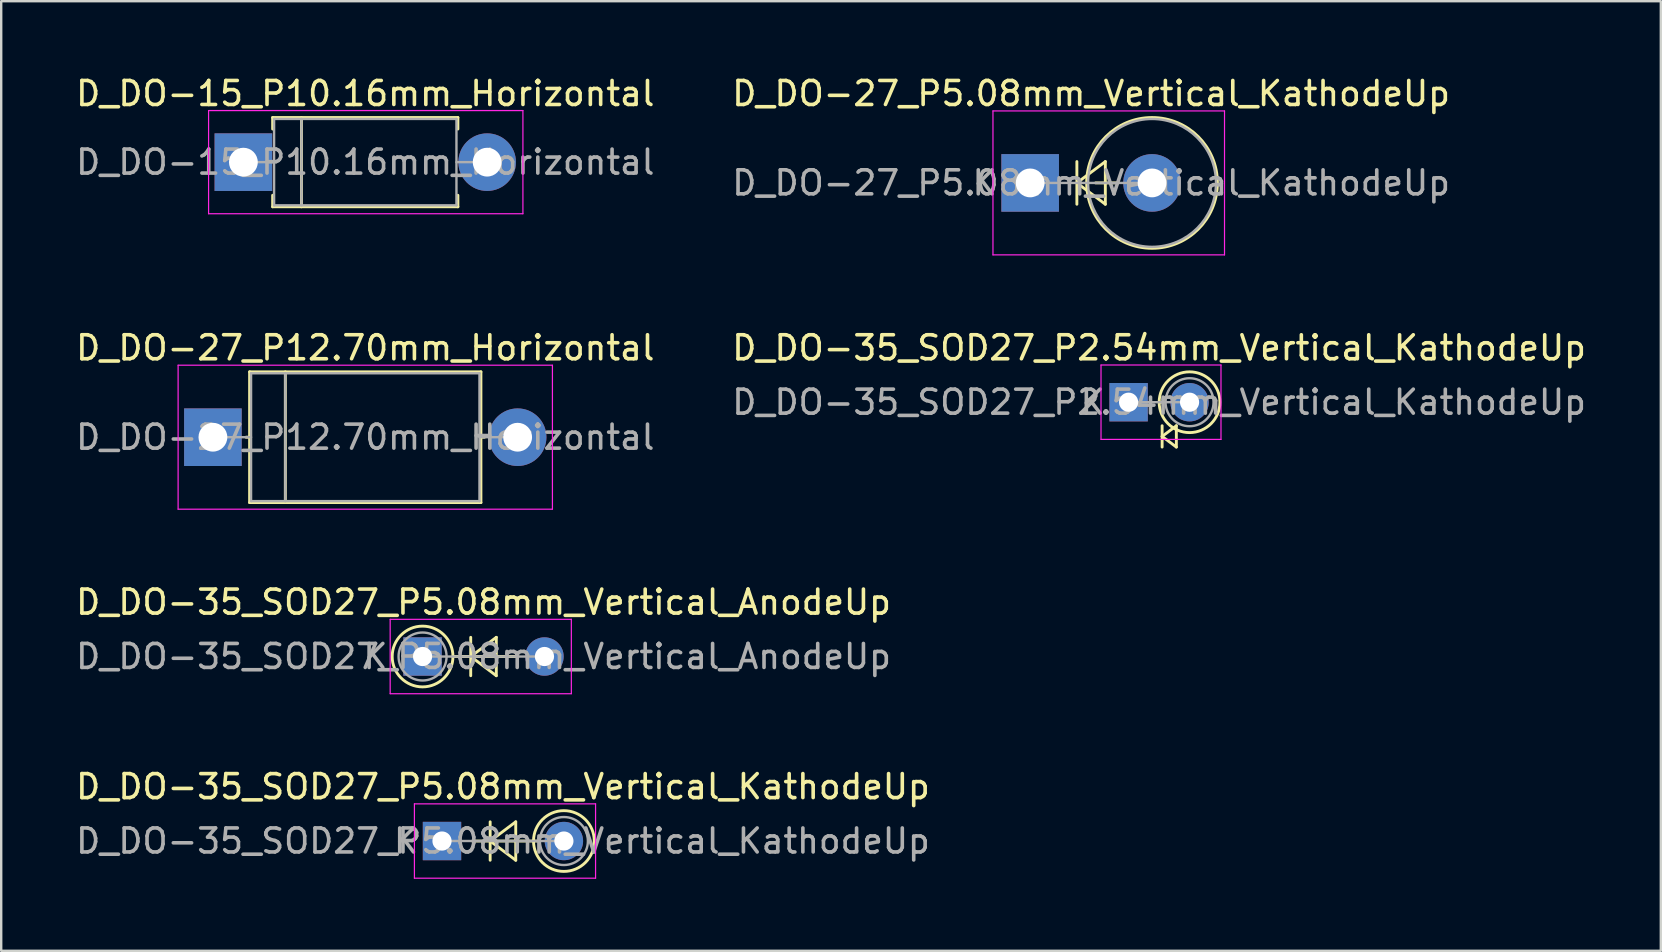
<source format=kicad_pcb>
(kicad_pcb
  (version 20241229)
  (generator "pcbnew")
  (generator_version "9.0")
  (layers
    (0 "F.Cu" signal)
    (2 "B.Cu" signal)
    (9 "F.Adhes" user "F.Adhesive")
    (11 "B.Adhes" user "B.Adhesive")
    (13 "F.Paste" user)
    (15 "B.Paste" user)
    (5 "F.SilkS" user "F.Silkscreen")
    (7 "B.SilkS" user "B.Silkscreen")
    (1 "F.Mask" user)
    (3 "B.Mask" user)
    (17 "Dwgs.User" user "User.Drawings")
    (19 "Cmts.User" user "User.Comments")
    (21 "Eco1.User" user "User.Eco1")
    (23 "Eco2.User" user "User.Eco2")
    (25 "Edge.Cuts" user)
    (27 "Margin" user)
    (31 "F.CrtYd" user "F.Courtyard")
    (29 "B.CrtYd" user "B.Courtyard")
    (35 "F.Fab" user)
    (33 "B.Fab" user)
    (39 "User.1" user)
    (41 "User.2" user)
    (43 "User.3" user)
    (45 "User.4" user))
  (footprint "D_DO-35_SOD27_P2.54mm_Vertical_KathodeUp"
    (layer "F.Cu")
    (at 43.986 13.713)
    (property "Reference" "D_DO-35_SOD27_P2.54mm_Vertical_KathodeUp" (at 1.27 -2.266 0) (layer "F.SilkS") (effects (font (size 1 1) (thickness 0.15))))
    (attr through_hole)
    (fp_line (start 1.266 0) (end 1.44 0) (stroke (width 0.12) (type solid)) (layer "F.SilkS"))
    (fp_line (start 1.397 0.98) (end 1.397 1.869) (stroke (width 0.12) (type solid)) (layer "F.SilkS"))
    (fp_line (start 1.397 1.425) (end 1.99 0.98) (stroke (width 0.12) (type solid)) (layer "F.SilkS"))
    (fp_line (start 1.99 0.98) (end 1.99 1.869) (stroke (width 0.12) (type solid)) (layer "F.SilkS"))
    (fp_line (start 1.99 1.869) (end 1.397 1.425) (stroke (width 0.12) (type solid)) (layer "F.SilkS"))
    (fp_circle (center 2.54 0) (end 3.806 0) (stroke (width 0.12) (type solid)) (fill no) (layer "F.SilkS"))
    (fp_line (start -1.15 -1.55) (end -1.15 1.55) (stroke (width 0.05) (type solid)) (layer "F.CrtYd"))
    (fp_line (start -1.15 1.55) (end 3.85 1.55) (stroke (width 0.05) (type solid)) (layer "F.CrtYd"))
    (fp_line (start 3.85 -1.55) (end -1.15 -1.55) (stroke (width 0.05) (type solid)) (layer "F.CrtYd"))
    (fp_line (start 3.85 1.55) (end 3.85 -1.55) (stroke (width 0.05) (type solid)) (layer "F.CrtYd"))
    (fp_line (start 0 0) (end 2.54 0) (stroke (width 0.1) (type solid)) (layer "F.Fab"))
    (fp_circle (center 2.54 0) (end 3.54 0) (stroke (width 0.1) (type solid)) (fill no) (layer "F.Fab"))
    (fp_text user "${REFERENCE}" (at 1.27 0 0) (layer "F.Fab") (effects (font (size 1 1) (thickness 0.15))))
    (fp_text user "K" (at -1.5 0 0) (layer "F.Fab") (effects (font (size 1 1) (thickness 0.15))))
    (pad "1" thru_hole rect (at 0 0) (size 1.6 1.6) (drill 0.8) (layers "*.Cu" "*.Mask"))
    (pad "2" thru_hole oval (at 2.54 0) (size 1.6 1.6) (drill 0.8) (layers "*.Cu" "*.Mask")))
  (footprint "D_DO-27_P5.08mm_Vertical_KathodeUp"
    (layer "F.Cu")
    (at 39.883 4.573)
    (property "Reference" "D_DO-27_P5.08mm_Vertical_KathodeUp" (at 2.54 -3.725 0) (layer "F.SilkS") (effects (font (size 1 1) (thickness 0.15))))
    (attr through_hole)
    (fp_line (start 1.947 -0.889) (end 1.947 0.889) (stroke (width 0.12) (type solid)) (layer "F.SilkS"))
    (fp_line (start 1.947 0) (end 3.133 -0.889) (stroke (width 0.12) (type solid)) (layer "F.SilkS"))
    (fp_line (start 2.725 0) (end 3.58 0) (stroke (width 0.12) (type solid)) (layer "F.SilkS"))
    (fp_line (start 3.133 -0.889) (end 3.133 0.889) (stroke (width 0.12) (type solid)) (layer "F.SilkS"))
    (fp_line (start 3.133 0.889) (end 1.947 0) (stroke (width 0.12) (type solid)) (layer "F.SilkS"))
    (fp_circle (center 5.08 0) (end 7.805 0) (stroke (width 0.12) (type solid)) (fill no) (layer "F.SilkS"))
    (fp_line (start -1.55 -3) (end -1.55 3) (stroke (width 0.05) (type solid)) (layer "F.CrtYd"))
    (fp_line (start -1.55 3) (end 8.1 3) (stroke (width 0.05) (type solid)) (layer "F.CrtYd"))
    (fp_line (start 8.1 -3) (end -1.55 -3) (stroke (width 0.05) (type solid)) (layer "F.CrtYd"))
    (fp_line (start 8.1 3) (end 8.1 -3) (stroke (width 0.05) (type solid)) (layer "F.CrtYd"))
    (fp_line (start 0 0) (end 5.08 0) (stroke (width 0.1) (type solid)) (layer "F.Fab"))
    (fp_circle (center 5.08 0) (end 7.745 0) (stroke (width 0.1) (type solid)) (fill no) (layer "F.Fab"))
    (fp_text user "K" (at -1.9 0 0) (layer "F.Fab") (effects (font (size 1 1) (thickness 0.15))))
    (fp_text user "${REFERENCE}" (at 2.54 0 0) (layer "F.Fab") (effects (font (size 1 1) (thickness 0.15))))
    (pad "1" thru_hole rect (at 0 0) (size 2.4 2.4) (drill 1.2) (layers "*.Cu" "*.Mask"))
    (pad "2" thru_hole oval (at 5.08 0) (size 2.4 2.4) (drill 1.2) (layers "*.Cu" "*.Mask")))
  (footprint "D_DO-35_SOD27_P5.08mm_Vertical_AnodeUp"
    (layer "F.Cu")
    (at 14.561 24.311)
    (property "Reference" "D_DO-35_SOD27_P5.08mm_Vertical_AnodeUp" (at 2.54 -2.266 0) (layer "F.SilkS") (effects (font (size 1 1) (thickness 0.15))))
    (attr through_hole)
    (fp_line (start 1.266 0) (end 3.98 0) (stroke (width 0.12) (type solid)) (layer "F.SilkS"))
    (fp_line (start 2.007 -0.8) (end 2.007 0.8) (stroke (width 0.12) (type solid)) (layer "F.SilkS"))
    (fp_line (start 2.007 0) (end 3.073 -0.8) (stroke (width 0.12) (type solid)) (layer "F.SilkS"))
    (fp_line (start 3.073 -0.8) (end 3.073 0.8) (stroke (width 0.12) (type solid)) (layer "F.SilkS"))
    (fp_line (start 3.073 0.8) (end 2.007 0) (stroke (width 0.12) (type solid)) (layer "F.SilkS"))
    (fp_circle (center 0 0) (end 1.266 0) (stroke (width 0.12) (type solid)) (fill no) (layer "F.SilkS"))
    (fp_line (start -1.35 -1.55) (end -1.35 1.55) (stroke (width 0.05) (type solid)) (layer "F.CrtYd"))
    (fp_line (start -1.35 1.55) (end 6.2 1.55) (stroke (width 0.05) (type solid)) (layer "F.CrtYd"))
    (fp_line (start 6.2 -1.55) (end -1.35 -1.55) (stroke (width 0.05) (type solid)) (layer "F.CrtYd"))
    (fp_line (start 6.2 1.55) (end 6.2 -1.55) (stroke (width 0.05) (type solid)) (layer "F.CrtYd"))
    (fp_line (start 0 0) (end 5.08 0) (stroke (width 0.1) (type solid)) (layer "F.Fab"))
    (fp_circle (center 0 0) (end 1 0) (stroke (width 0.1) (type solid)) (fill no) (layer "F.Fab"))
    (fp_text user "K" (at -1.966 0 0) (layer "F.Fab") (effects (font (size 1 1) (thickness 0.15))))
    (fp_text user "${REFERENCE}" (at 2.54 0 0) (layer "F.Fab") (effects (font (size 1 1) (thickness 0.15))))
    (pad "1" thru_hole rect (at 0 0) (size 1.6 1.6) (drill 0.8) (layers "*.Cu" "*.Mask"))
    (pad "2" thru_hole oval (at 5.08 0) (size 1.6 1.6) (drill 0.8) (layers "*.Cu" "*.Mask")))
  (footprint "D_DO-15_P10.16mm_Horizontal"
    (layer "F.Cu")
    (at 7.093 3.708)
    (property "Reference" "D_DO-15_P10.16mm_Horizontal" (at 5.08 -2.86 0) (layer "F.SilkS") (effects (font (size 1 1) (thickness 0.15))))
    (attr through_hole)
    (fp_line (start 1.22 -1.86) (end 8.94 -1.86) (stroke (width 0.12) (type solid)) (layer "F.SilkS"))
    (fp_line (start 1.22 -1.38) (end 1.22 -1.86) (stroke (width 0.12) (type solid)) (layer "F.SilkS"))
    (fp_line (start 1.22 1.38) (end 1.22 1.86) (stroke (width 0.12) (type solid)) (layer "F.SilkS"))
    (fp_line (start 1.22 1.86) (end 8.94 1.86) (stroke (width 0.12) (type solid)) (layer "F.SilkS"))
    (fp_line (start 2.42 -1.86) (end 2.42 1.86) (stroke (width 0.12) (type solid)) (layer "F.SilkS"))
    (fp_line (start 8.94 -1.86) (end 8.94 -1.38) (stroke (width 0.12) (type solid)) (layer "F.SilkS"))
    (fp_line (start 8.94 1.86) (end 8.94 1.38) (stroke (width 0.12) (type solid)) (layer "F.SilkS"))
    (fp_line (start -1.45 -2.15) (end -1.45 2.15) (stroke (width 0.05) (type solid)) (layer "F.CrtYd"))
    (fp_line (start -1.45 2.15) (end 11.65 2.15) (stroke (width 0.05) (type solid)) (layer "F.CrtYd"))
    (fp_line (start 11.65 -2.15) (end -1.45 -2.15) (stroke (width 0.05) (type solid)) (layer "F.CrtYd"))
    (fp_line (start 11.65 2.15) (end 11.65 -2.15) (stroke (width 0.05) (type solid)) (layer "F.CrtYd"))
    (fp_line (start 0 0) (end 1.28 0) (stroke (width 0.1) (type solid)) (layer "F.Fab"))
    (fp_line (start 1.28 -1.8) (end 1.28 1.8) (stroke (width 0.1) (type solid)) (layer "F.Fab"))
    (fp_line (start 1.28 1.8) (end 8.88 1.8) (stroke (width 0.1) (type solid)) (layer "F.Fab"))
    (fp_line (start 2.42 -1.8) (end 2.42 1.8) (stroke (width 0.1) (type solid)) (layer "F.Fab"))
    (fp_line (start 8.88 -1.8) (end 1.28 -1.8) (stroke (width 0.1) (type solid)) (layer "F.Fab"))
    (fp_line (start 8.88 1.8) (end 8.88 -1.8) (stroke (width 0.1) (type solid)) (layer "F.Fab"))
    (fp_line (start 10.16 0) (end 8.88 0) (stroke (width 0.1) (type solid)) (layer "F.Fab"))
    (fp_text user "${REFERENCE}" (at 5.08 0 0) (layer "F.Fab") (effects (font (size 1 1) (thickness 0.15))))
    (pad "1" thru_hole rect (at 0 0) (size 2.4 2.4) (drill 1.2) (layers "*.Cu" "*.Mask"))
    (pad "2" thru_hole oval (at 10.16 0) (size 2.4 2.4) (drill 1.2) (layers "*.Cu" "*.Mask")))
  (footprint "D_DO-27_P12.70mm_Horizontal"
    (layer "F.Cu")
    (at 5.823 15.171)
    (property "Reference" "D_DO-27_P12.70mm_Horizontal" (at 6.35 -3.725 0) (layer "F.SilkS") (effects (font (size 1 1) (thickness 0.15))))
    (attr through_hole)
    (fp_line (start 1.38 0) (end 1.53 0) (stroke (width 0.12) (type solid)) (layer "F.SilkS"))
    (fp_line (start 1.53 -2.725) (end 1.53 2.725) (stroke (width 0.12) (type solid)) (layer "F.SilkS"))
    (fp_line (start 1.53 2.725) (end 11.17 2.725) (stroke (width 0.12) (type solid)) (layer "F.SilkS"))
    (fp_line (start 3.018 -2.725) (end 3.018 2.725) (stroke (width 0.12) (type solid)) (layer "F.SilkS"))
    (fp_line (start 11.17 -2.725) (end 1.53 -2.725) (stroke (width 0.12) (type solid)) (layer "F.SilkS"))
    (fp_line (start 11.17 2.725) (end 11.17 -2.725) (stroke (width 0.12) (type solid)) (layer "F.SilkS"))
    (fp_line (start 11.32 0) (end 11.17 0) (stroke (width 0.12) (type solid)) (layer "F.SilkS"))
    (fp_line (start -1.45 -3) (end -1.45 3) (stroke (width 0.05) (type solid)) (layer "F.CrtYd"))
    (fp_line (start -1.45 3) (end 14.15 3) (stroke (width 0.05) (type solid)) (layer "F.CrtYd"))
    (fp_line (start 14.15 -3) (end -1.45 -3) (stroke (width 0.05) (type solid)) (layer "F.CrtYd"))
    (fp_line (start 14.15 3) (end 14.15 -3) (stroke (width 0.05) (type solid)) (layer "F.CrtYd"))
    (fp_line (start 0 0) (end 1.59 0) (stroke (width 0.1) (type solid)) (layer "F.Fab"))
    (fp_line (start 1.59 -2.665) (end 1.59 2.665) (stroke (width 0.1) (type solid)) (layer "F.Fab"))
    (fp_line (start 1.59 2.665) (end 11.11 2.665) (stroke (width 0.1) (type solid)) (layer "F.Fab"))
    (fp_line (start 3.018 -2.665) (end 3.018 2.665) (stroke (width 0.1) (type solid)) (layer "F.Fab"))
    (fp_line (start 11.11 -2.665) (end 1.59 -2.665) (stroke (width 0.1) (type solid)) (layer "F.Fab"))
    (fp_line (start 11.11 2.665) (end 11.11 -2.665) (stroke (width 0.1) (type solid)) (layer "F.Fab"))
    (fp_line (start 12.7 0) (end 11.11 0) (stroke (width 0.1) (type solid)) (layer "F.Fab"))
    (fp_text user "${REFERENCE}" (at 6.35 0 0) (layer "F.Fab") (effects (font (size 1 1) (thickness 0.15))))
    (pad "1" thru_hole rect (at 0 0) (size 2.4 2.4) (drill 1.2) (layers "*.Cu" "*.Mask"))
    (pad "2" thru_hole oval (at 12.7 0) (size 2.4 2.4) (drill 1.2) (layers "*.Cu" "*.Mask")))
  (footprint "D_DO-35_SOD27_P5.08mm_Vertical_KathodeUp"
    (layer "F.Cu")
    (at 15.371 32.001)
    (property "Reference" "D_DO-35_SOD27_P5.08mm_Vertical_KathodeUp" (at 2.54 -2.266 0) (layer "F.SilkS") (effects (font (size 1 1) (thickness 0.15))))
    (attr through_hole)
    (fp_line (start 1.266 0) (end 3.98 0) (stroke (width 0.12) (type solid)) (layer "F.SilkS"))
    (fp_line (start 2.007 -0.8) (end 2.007 0.8) (stroke (width 0.12) (type solid)) (layer "F.SilkS"))
    (fp_line (start 2.007 0) (end 3.073 -0.8) (stroke (width 0.12) (type solid)) (layer "F.SilkS"))
    (fp_line (start 3.073 -0.8) (end 3.073 0.8) (stroke (width 0.12) (type solid)) (layer "F.SilkS"))
    (fp_line (start 3.073 0.8) (end 2.007 0) (stroke (width 0.12) (type solid)) (layer "F.SilkS"))
    (fp_circle (center 5.08 0) (end 6.346 0) (stroke (width 0.12) (type solid)) (fill no) (layer "F.SilkS"))
    (fp_line (start -1.15 -1.55) (end -1.15 1.55) (stroke (width 0.05) (type solid)) (layer "F.CrtYd"))
    (fp_line (start -1.15 1.55) (end 6.4 1.55) (stroke (width 0.05) (type solid)) (layer "F.CrtYd"))
    (fp_line (start 6.4 -1.55) (end -1.15 -1.55) (stroke (width 0.05) (type solid)) (layer "F.CrtYd"))
    (fp_line (start 6.4 1.55) (end 6.4 -1.55) (stroke (width 0.05) (type solid)) (layer "F.CrtYd"))
    (fp_line (start 0 0) (end 5.08 0) (stroke (width 0.1) (type solid)) (layer "F.Fab"))
    (fp_circle (center 5.08 0) (end 6.08 0) (stroke (width 0.1) (type solid)) (fill no) (layer "F.Fab"))
    (fp_text user "K" (at -1.5 0 0) (layer "F.Fab") (effects (font (size 1 1) (thickness 0.15))))
    (fp_text user "${REFERENCE}" (at 2.54 0 0) (layer "F.Fab") (effects (font (size 1 1) (thickness 0.15))))
    (pad "1" thru_hole rect (at 0 0) (size 1.6 1.6) (drill 0.8) (layers "*.Cu" "*.Mask"))
    (pad "2" thru_hole oval (at 5.08 0) (size 1.6 1.6) (drill 0.8) (layers "*.Cu" "*.Mask")))
  (gr_rect
    (start -3 -3)
    (end 66.167 36.576)
    (stroke (width 0.1) (type default))
    (fill no)
    (layer "Edge.Cuts")))
</source>
